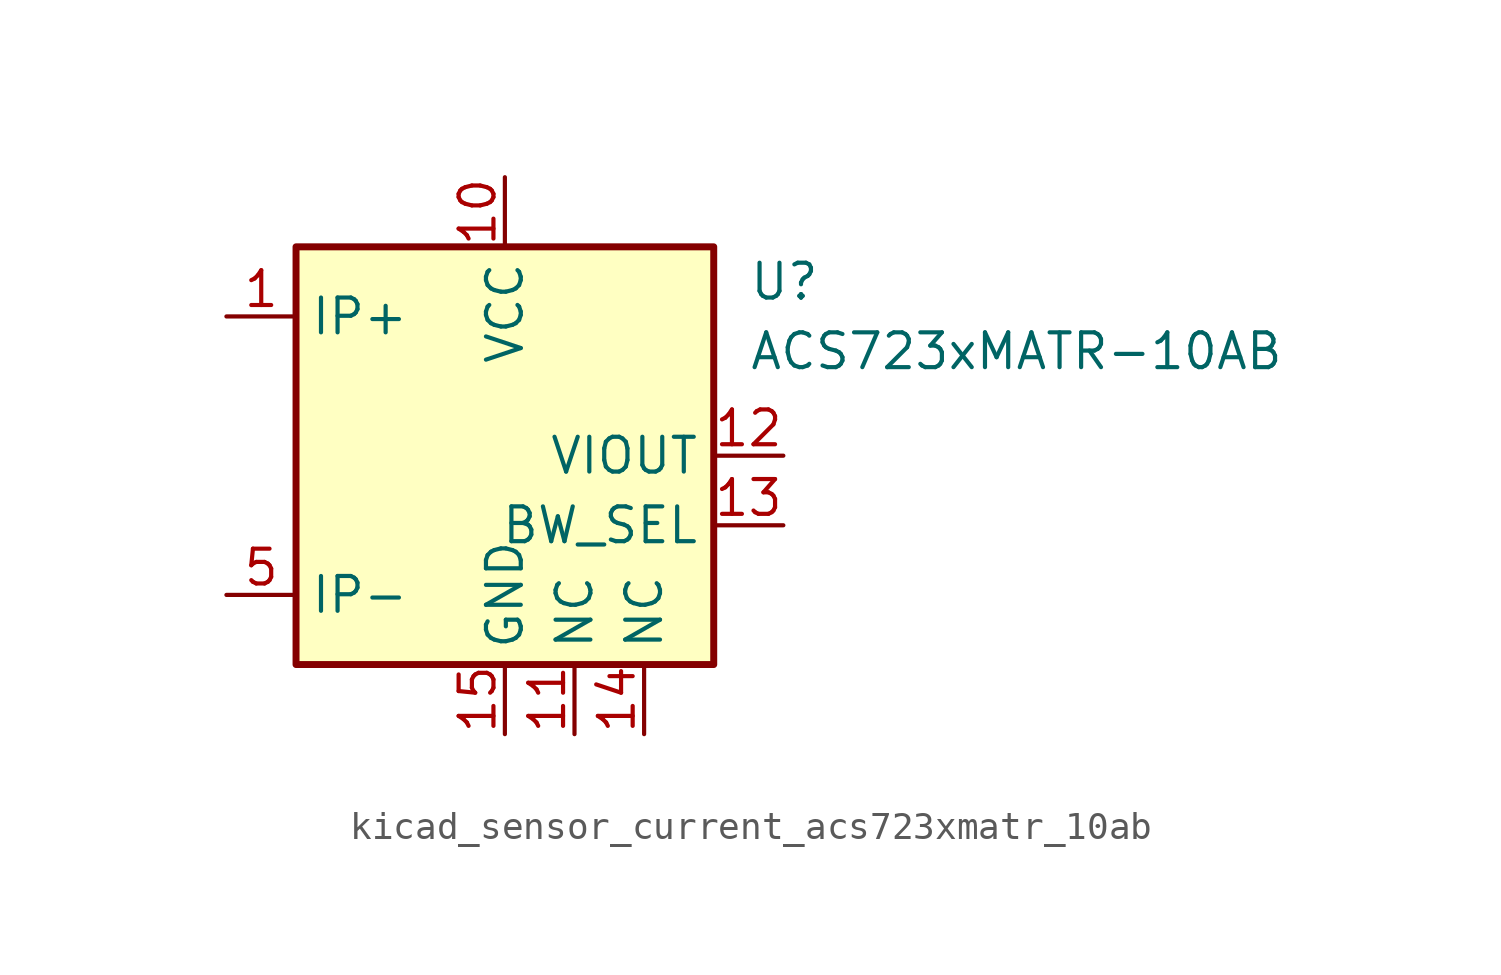
<source format=kicad_sym>
(kicad_symbol_lib
  (version 20220914)
  (generator kicad_symbol_editor)
  (symbol "kicad_sensor_current_acs723xmatr_10ab"
    (property "Reference" "U"
      (at 8.89 6.35 0)
      (effects (font (size 1.27 1.27)) (justify left)))
    (property "Value" "ACS723xMATR-10AB"
      (at 8.89 3.81 0)
      (effects (font (size 1.27 1.27)) (justify left)))
    (symbol "kicad_sensor_current_acs723xmatr_10ab_0_1"
      (rectangle (start -7.62 7.62) (end 7.62 -7.62) (stroke (width 0.254) (type default)) (fill (type background))))
    (symbol "kicad_sensor_current_acs723xmatr_10ab_1_1"
      (pin passive line (at -10.16 5.08 0) (length 2.54) (name "IP+" (effects (font (size 1.27 1.27)))) (number "1" (effects (font (size 1.27 1.27)))))
      (pin power_in line (at 0 10.16 270) (length 2.54) (name "VCC" (effects (font (size 1.27 1.27)))) (number "10" (effects (font (size 1.27 1.27)))))
      (pin passive line (at 2.54 -10.16 90) (length 2.54) (name "NC" (effects (font (size 1.27 1.27)))) (number "11" (effects (font (size 1.27 1.27)))))
      (pin output line (at 10.16 0 180) (length 2.54) (name "VIOUT" (effects (font (size 1.27 1.27)))) (number "12" (effects (font (size 1.27 1.27)))))
      (pin input line (at 10.16 -2.54 180) (length 2.54) (name "BW_SEL" (effects (font (size 1.27 1.27)))) (number "13" (effects (font (size 1.27 1.27)))))
      (pin passive line (at 5.08 -10.16 90) (length 2.54) (name "NC" (effects (font (size 1.27 1.27)))) (number "14" (effects (font (size 1.27 1.27)))))
      (pin power_in line (at 0 -10.16 90) (length 2.54) (name "GND" (effects (font (size 1.27 1.27)))) (number "15" (effects (font (size 1.27 1.27)))))
      (pin no_connect line (at 7.62 2.54 180) (length 2.54) hide (name "NC" (effects (font (size 1.27 1.27)))) (number "16" (effects (font (size 1.27 1.27)))))
      (pin passive line (at -10.16 5.08 0) (length 2.54) hide (name "IP+" (effects (font (size 1.27 1.27)))) (number "2" (effects (font (size 1.27 1.27)))))
      (pin passive line (at -10.16 5.08 0) (length 2.54) hide (name "IP+" (effects (font (size 1.27 1.27)))) (number "3" (effects (font (size 1.27 1.27)))))
      (pin passive line (at -10.16 5.08 0) (length 2.54) hide (name "IP+" (effects (font (size 1.27 1.27)))) (number "4" (effects (font (size 1.27 1.27)))))
      (pin passive line (at -10.16 -5.08 0) (length 2.54) (name "IP-" (effects (font (size 1.27 1.27)))) (number "5" (effects (font (size 1.27 1.27)))))
      (pin passive line (at -10.16 -5.08 0) (length 2.54) hide (name "IP-" (effects (font (size 1.27 1.27)))) (number "6" (effects (font (size 1.27 1.27)))))
      (pin passive line (at -10.16 -5.08 0) (length 2.54) hide (name "IP-" (effects (font (size 1.27 1.27)))) (number "7" (effects (font (size 1.27 1.27)))))
      (pin passive line (at -10.16 -5.08 0) (length 2.54) hide (name "IP-" (effects (font (size 1.27 1.27)))) (number "8" (effects (font (size 1.27 1.27)))))
      (pin no_connect line (at 7.62 5.08 180) (length 2.54) hide (name "NC" (effects (font (size 1.27 1.27)))) (number "9" (effects (font (size 1.27 1.27))))))))
</source>
